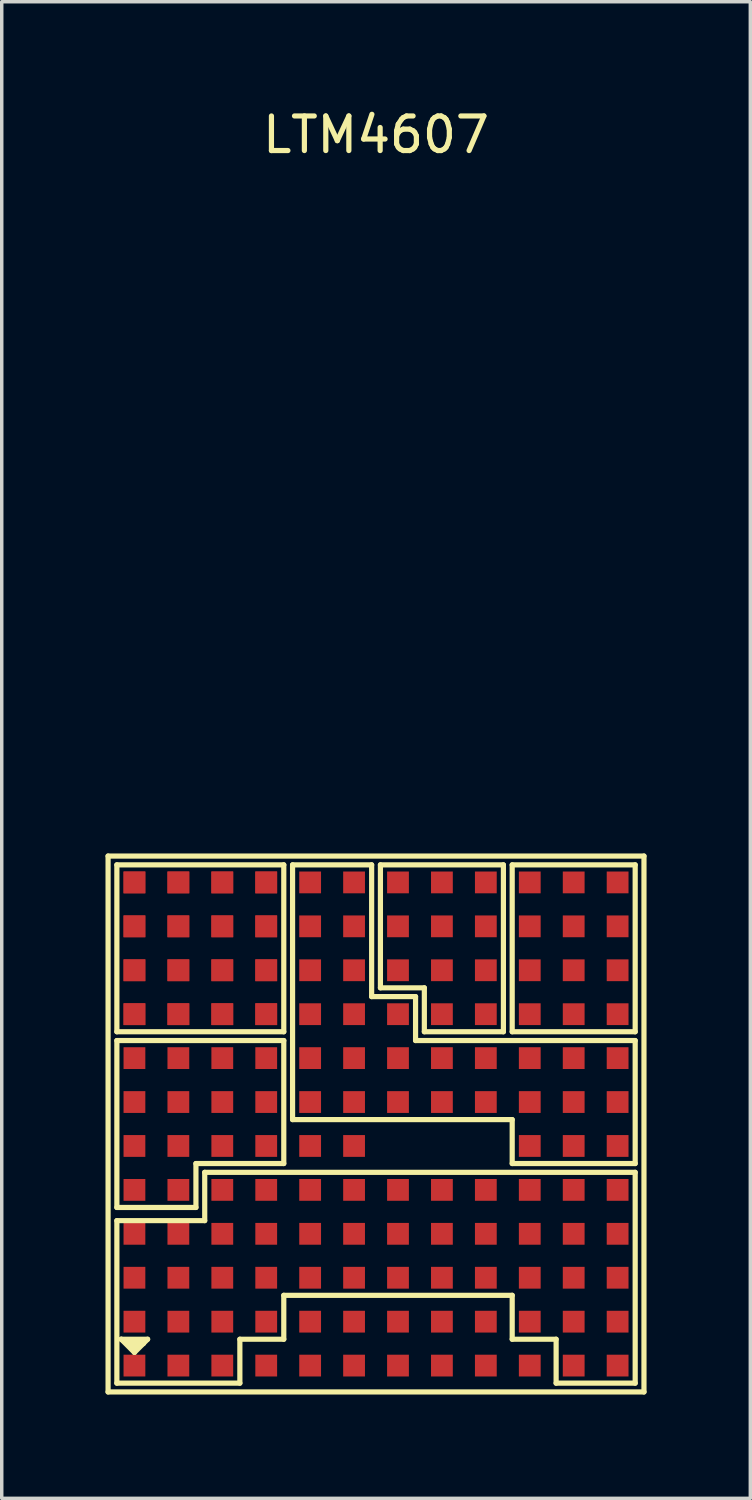
<source format=kicad_pcb>
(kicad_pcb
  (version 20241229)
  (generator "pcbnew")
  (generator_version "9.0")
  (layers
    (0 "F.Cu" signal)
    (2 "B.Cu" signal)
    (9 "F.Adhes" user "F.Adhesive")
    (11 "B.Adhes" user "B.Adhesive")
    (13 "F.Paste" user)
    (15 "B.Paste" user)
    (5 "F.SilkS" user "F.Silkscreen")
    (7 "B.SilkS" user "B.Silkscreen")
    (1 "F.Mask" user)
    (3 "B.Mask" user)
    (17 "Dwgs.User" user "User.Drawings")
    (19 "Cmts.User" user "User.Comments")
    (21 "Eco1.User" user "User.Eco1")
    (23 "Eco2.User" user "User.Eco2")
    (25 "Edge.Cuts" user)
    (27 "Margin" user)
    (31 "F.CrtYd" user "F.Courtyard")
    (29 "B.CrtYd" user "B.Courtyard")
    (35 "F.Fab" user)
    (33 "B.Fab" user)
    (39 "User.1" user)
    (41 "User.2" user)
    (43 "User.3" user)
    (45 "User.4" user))
  (footprint "LTM4607"
    (layer "F.Cu")
    (at 7.822 29.448)
    (property "Reference" "LTM4607" (at 0 -28.6 0) (layer "F.SilkS") (effects (font (size 1 1) (thickness 0.15))))
    (attr through_hole)
    (fp_line (start -7.747 -7.747) (end 7.747 -7.747) (stroke (width 0.15) (type solid)) (layer "F.SilkS"))
    (fp_line (start -7.747 7.747) (end -7.747 -7.747) (stroke (width 0.15) (type solid)) (layer "F.SilkS"))
    (fp_line (start -7.493 -7.493) (end -2.667 -7.493) (stroke (width 0.15) (type solid)) (layer "F.SilkS"))
    (fp_line (start -7.493 -2.667) (end -7.493 -7.493) (stroke (width 0.15) (type solid)) (layer "F.SilkS"))
    (fp_line (start -7.493 -2.413) (end -2.667 -2.413) (stroke (width 0.15) (type solid)) (layer "F.SilkS"))
    (fp_line (start -7.493 2.413) (end -7.493 -2.413) (stroke (width 0.15) (type solid)) (layer "F.SilkS"))
    (fp_line (start -7.493 2.794) (end -4.953 2.794) (stroke (width 0.15) (type solid)) (layer "F.SilkS"))
    (fp_line (start -7.493 7.493) (end -7.493 2.794) (stroke (width 0.15) (type solid)) (layer "F.SilkS"))
    (fp_line (start -7.366 6.223) (end -6.985 6.477) (stroke (width 0.15) (type solid)) (layer "F.SilkS"))
    (fp_line (start -7.366 6.223) (end -6.985 6.604) (stroke (width 0.15) (type solid)) (layer "F.SilkS"))
    (fp_line (start -7.112 6.35) (end -6.731 6.35) (stroke (width 0.15) (type solid)) (layer "F.SilkS"))
    (fp_line (start -6.985 6.477) (end -6.858 6.35) (stroke (width 0.15) (type solid)) (layer "F.SilkS"))
    (fp_line (start -6.985 6.604) (end -6.604 6.223) (stroke (width 0.15) (type solid)) (layer "F.SilkS"))
    (fp_line (start -6.858 6.35) (end -7.112 6.35) (stroke (width 0.15) (type solid)) (layer "F.SilkS"))
    (fp_line (start -6.731 6.35) (end -6.858 6.35) (stroke (width 0.15) (type solid)) (layer "F.SilkS"))
    (fp_line (start -6.604 6.223) (end -7.366 6.223) (stroke (width 0.15) (type solid)) (layer "F.SilkS"))
    (fp_line (start -5.207 1.143) (end -5.207 2.413) (stroke (width 0.15) (type solid)) (layer "F.SilkS"))
    (fp_line (start -5.207 2.413) (end -7.493 2.413) (stroke (width 0.15) (type solid)) (layer "F.SilkS"))
    (fp_line (start -4.953 1.397) (end 7.493 1.397) (stroke (width 0.15) (type solid)) (layer "F.SilkS"))
    (fp_line (start -4.953 2.794) (end -4.953 1.397) (stroke (width 0.15) (type solid)) (layer "F.SilkS"))
    (fp_line (start -3.937 6.223) (end -3.937 7.493) (stroke (width 0.15) (type solid)) (layer "F.SilkS"))
    (fp_line (start -3.937 7.493) (end -7.493 7.493) (stroke (width 0.15) (type solid)) (layer "F.SilkS"))
    (fp_line (start -2.667 -7.493) (end -2.667 -2.667) (stroke (width 0.15) (type solid)) (layer "F.SilkS"))
    (fp_line (start -2.667 -2.667) (end -7.493 -2.667) (stroke (width 0.15) (type solid)) (layer "F.SilkS"))
    (fp_line (start -2.667 -2.413) (end -2.667 1.143) (stroke (width 0.15) (type solid)) (layer "F.SilkS"))
    (fp_line (start -2.667 1.143) (end -5.207 1.143) (stroke (width 0.15) (type solid)) (layer "F.SilkS"))
    (fp_line (start -2.667 4.953) (end -2.667 6.223) (stroke (width 0.15) (type solid)) (layer "F.SilkS"))
    (fp_line (start -2.667 6.223) (end -3.937 6.223) (stroke (width 0.15) (type solid)) (layer "F.SilkS"))
    (fp_line (start -2.413 -7.493) (end -2.413 -0.127) (stroke (width 0.15) (type solid)) (layer "F.SilkS"))
    (fp_line (start -2.413 -0.127) (end 3.937 -0.127) (stroke (width 0.15) (type solid)) (layer "F.SilkS"))
    (fp_line (start -0.127 -7.493) (end -2.413 -7.493) (stroke (width 0.15) (type solid)) (layer "F.SilkS"))
    (fp_line (start -0.127 -3.683) (end -0.127 -7.493) (stroke (width 0.15) (type solid)) (layer "F.SilkS"))
    (fp_line (start 0.127 -7.493) (end 3.683 -7.493) (stroke (width 0.15) (type solid)) (layer "F.SilkS"))
    (fp_line (start 0.127 -3.937) (end 0.127 -7.493) (stroke (width 0.15) (type solid)) (layer "F.SilkS"))
    (fp_line (start 1.143 -3.683) (end -0.127 -3.683) (stroke (width 0.15) (type solid)) (layer "F.SilkS"))
    (fp_line (start 1.143 -2.413) (end 1.143 -3.683) (stroke (width 0.15) (type solid)) (layer "F.SilkS"))
    (fp_line (start 1.397 -3.937) (end 0.127 -3.937) (stroke (width 0.15) (type solid)) (layer "F.SilkS"))
    (fp_line (start 1.397 -2.667) (end 1.397 -3.937) (stroke (width 0.15) (type solid)) (layer "F.SilkS"))
    (fp_line (start 3.683 -7.493) (end 3.683 -2.667) (stroke (width 0.15) (type solid)) (layer "F.SilkS"))
    (fp_line (start 3.683 -2.667) (end 1.397 -2.667) (stroke (width 0.15) (type solid)) (layer "F.SilkS"))
    (fp_line (start 3.937 -7.493) (end 7.493 -7.493) (stroke (width 0.15) (type solid)) (layer "F.SilkS"))
    (fp_line (start 3.937 -2.667) (end 3.937 -7.493) (stroke (width 0.15) (type solid)) (layer "F.SilkS"))
    (fp_line (start 3.937 -0.127) (end 3.937 1.143) (stroke (width 0.15) (type solid)) (layer "F.SilkS"))
    (fp_line (start 3.937 1.143) (end 7.493 1.143) (stroke (width 0.15) (type solid)) (layer "F.SilkS"))
    (fp_line (start 3.937 4.953) (end -2.667 4.953) (stroke (width 0.15) (type solid)) (layer "F.SilkS"))
    (fp_line (start 3.937 6.223) (end 3.937 4.953) (stroke (width 0.15) (type solid)) (layer "F.SilkS"))
    (fp_line (start 5.207 6.223) (end 3.937 6.223) (stroke (width 0.15) (type solid)) (layer "F.SilkS"))
    (fp_line (start 5.207 7.493) (end 5.207 6.223) (stroke (width 0.15) (type solid)) (layer "F.SilkS"))
    (fp_line (start 7.493 -7.493) (end 7.493 -2.667) (stroke (width 0.15) (type solid)) (layer "F.SilkS"))
    (fp_line (start 7.493 -2.667) (end 3.937 -2.667) (stroke (width 0.15) (type solid)) (layer "F.SilkS"))
    (fp_line (start 7.493 -2.413) (end 1.143 -2.413) (stroke (width 0.15) (type solid)) (layer "F.SilkS"))
    (fp_line (start 7.493 1.143) (end 7.493 -2.413) (stroke (width 0.15) (type solid)) (layer "F.SilkS"))
    (fp_line (start 7.493 1.397) (end 7.493 7.493) (stroke (width 0.15) (type solid)) (layer "F.SilkS"))
    (fp_line (start 7.493 7.493) (end 5.207 7.493) (stroke (width 0.15) (type solid)) (layer "F.SilkS"))
    (fp_line (start 7.747 7.747) (end -7.747 7.747) (stroke (width 0.15) (type solid)) (layer "F.SilkS"))
    (fp_line (start 7.747 7.747) (end 7.747 -7.747) (stroke (width 0.15) (type solid)) (layer "F.SilkS"))
    (pad "A4" smd rect (at -3.175 6.985) (size 0.63 0.63) (layers "F.Cu" "F.Mask" "F.Paste"))
    (pad "A5" smd rect (at -1.905 6.985) (size 0.63 0.63) (layers "F.Cu" "F.Mask" "F.Paste"))
    (pad "A6" smd rect (at -0.635 6.985) (size 0.63 0.63) (layers "F.Cu" "F.Mask" "F.Paste"))
    (pad "A7" smd rect (at 0.635 6.985) (size 0.63 0.63) (layers "F.Cu" "F.Mask" "F.Paste"))
    (pad "A8" smd rect (at 1.905 6.985) (size 0.63 0.63) (layers "F.Cu" "F.Mask" "F.Paste"))
    (pad "A9" smd rect (at 3.175 6.985) (size 0.63 0.63) (layers "F.Cu" "F.Mask" "F.Paste"))
    (pad "A10" smd rect (at 4.445 6.985) (size 0.63 0.63) (layers "F.Cu" "F.Mask" "F.Paste"))
    (pad "B5" smd rect (at -1.905 5.715) (size 0.63 0.63) (layers "F.Cu" "F.Mask" "F.Paste"))
    (pad "B6" smd rect (at -0.635 5.715) (size 0.63 0.63) (layers "F.Cu" "F.Mask" "F.Paste"))
    (pad "B7" smd rect (at 0.635 5.715) (size 0.63 0.63) (layers "F.Cu" "F.Mask" "F.Paste"))
    (pad "B8" smd rect (at 1.905 5.715) (size 0.63 0.63) (layers "F.Cu" "F.Mask" "F.Paste"))
    (pad "B9" smd rect (at 3.175 5.715) (size 0.63 0.63) (layers "F.Cu" "F.Mask" "F.Paste"))
    (pad "Bnk1" smd rect (at 4.445 -6.985) (size 0.63 0.63) (layers "F.Cu" "F.Mask" "F.Paste"))
    (pad "Bnk1" smd rect (at 4.445 -5.715) (size 0.63 0.63) (layers "F.Cu" "F.Mask" "F.Paste"))
    (pad "Bnk1" smd rect (at 4.445 -4.445) (size 0.63 0.63) (layers "F.Cu" "F.Mask" "F.Paste"))
    (pad "Bnk1" smd rect (at 4.445 -3.175) (size 0.63 0.63) (layers "F.Cu" "F.Mask" "F.Paste"))
    (pad "Bnk1" smd rect (at 5.715 -6.985) (size 0.63 0.63) (layers "F.Cu" "F.Mask" "F.Paste"))
    (pad "Bnk1" smd rect (at 5.715 -5.715) (size 0.63 0.63) (layers "F.Cu" "F.Mask" "F.Paste"))
    (pad "Bnk1" smd rect (at 5.715 -4.445) (size 0.63 0.63) (layers "F.Cu" "F.Mask" "F.Paste"))
    (pad "Bnk1" smd rect (at 5.715 -3.175) (size 0.63 0.63) (layers "F.Cu" "F.Mask" "F.Paste"))
    (pad "Bnk1" smd rect (at 6.985 -6.985) (size 0.63 0.63) (layers "F.Cu" "F.Mask" "F.Paste"))
    (pad "Bnk1" smd rect (at 6.985 -5.715) (size 0.63 0.63) (layers "F.Cu" "F.Mask" "F.Paste"))
    (pad "Bnk1" smd rect (at 6.985 -4.445) (size 0.63 0.63) (layers "F.Cu" "F.Mask" "F.Paste"))
    (pad "Bnk1" smd rect (at 6.985 -3.175) (size 0.63 0.63) (layers "F.Cu" "F.Mask" "F.Paste"))
    (pad "Bnk2" smd rect (at 0.635 -6.985) (size 0.63 0.63) (layers "F.Cu" "F.Mask" "F.Paste"))
    (pad "Bnk2" smd rect (at 0.635 -5.715) (size 0.63 0.63) (layers "F.Cu" "F.Mask" "F.Paste"))
    (pad "Bnk2" smd rect (at 0.635 -4.445) (size 0.63 0.63) (layers "F.Cu" "F.Mask" "F.Paste"))
    (pad "Bnk2" smd rect (at 1.905 -6.985) (size 0.63 0.63) (layers "F.Cu" "F.Mask" "F.Paste"))
    (pad "Bnk2" smd rect (at 1.905 -5.715) (size 0.63 0.63) (layers "F.Cu" "F.Mask" "F.Paste"))
    (pad "Bnk2" smd rect (at 1.905 -4.445) (size 0.63 0.63) (layers "F.Cu" "F.Mask" "F.Paste"))
    (pad "Bnk2" smd rect (at 1.905 -3.175) (size 0.63 0.63) (layers "F.Cu" "F.Mask" "F.Paste"))
    (pad "Bnk2" smd rect (at 3.175 -6.985) (size 0.63 0.63) (layers "F.Cu" "F.Mask" "F.Paste"))
    (pad "Bnk2" smd rect (at 3.175 -5.715) (size 0.63 0.63) (layers "F.Cu" "F.Mask" "F.Paste"))
    (pad "Bnk2" smd rect (at 3.175 -4.445) (size 0.63 0.63) (layers "F.Cu" "F.Mask" "F.Paste"))
    (pad "Bnk2" smd rect (at 3.175 -3.175) (size 0.63 0.63) (layers "F.Cu" "F.Mask" "F.Paste"))
    (pad "Bnk3" smd rect (at -1.905 -6.985) (size 0.63 0.63) (layers "F.Cu" "F.Mask" "F.Paste"))
    (pad "Bnk3" smd rect (at -1.905 -5.715) (size 0.63 0.63) (layers "F.Cu" "F.Mask" "F.Paste"))
    (pad "Bnk3" smd rect (at -1.905 -4.445) (size 0.63 0.63) (layers "F.Cu" "F.Mask" "F.Paste"))
    (pad "Bnk3" smd rect (at -1.905 -3.175) (size 0.63 0.63) (layers "F.Cu" "F.Mask" "F.Paste"))
    (pad "Bnk3" smd rect (at -1.905 -1.905) (size 0.63 0.63) (layers "F.Cu" "F.Mask" "F.Paste"))
    (pad "Bnk3" smd rect (at -1.905 -0.635) (size 0.63 0.63) (layers "F.Cu" "F.Mask" "F.Paste"))
    (pad "Bnk3" smd rect (at -0.635 -6.985) (size 0.63 0.63) (layers "F.Cu" "F.Mask" "F.Paste"))
    (pad "Bnk3" smd rect (at -0.635 -5.715) (size 0.63 0.63) (layers "F.Cu" "F.Mask" "F.Paste"))
    (pad "Bnk3" smd rect (at -0.635 -4.445) (size 0.63 0.63) (layers "F.Cu" "F.Mask" "F.Paste"))
    (pad "Bnk3" smd rect (at -0.635 -3.175) (size 0.63 0.63) (layers "F.Cu" "F.Mask" "F.Paste"))
    (pad "Bnk3" smd rect (at -0.635 -1.905) (size 0.63 0.63) (layers "F.Cu" "F.Mask" "F.Paste"))
    (pad "Bnk3" smd rect (at -0.635 -0.635) (size 0.63 0.63) (layers "F.Cu" "F.Mask" "F.Paste"))
    (pad "Bnk3" smd rect (at 0.635 -3.175) (size 0.63 0.63) (layers "F.Cu" "F.Mask" "F.Paste"))
    (pad "Bnk3" smd rect (at 0.635 -1.905) (size 0.63 0.63) (layers "F.Cu" "F.Mask" "F.Paste"))
    (pad "Bnk3" smd rect (at 0.635 -0.635) (size 0.63 0.63) (layers "F.Cu" "F.Mask" "F.Paste"))
    (pad "Bnk3" smd rect (at 1.905 -1.905) (size 0.63 0.63) (layers "F.Cu" "F.Mask" "F.Paste"))
    (pad "Bnk3" smd rect (at 1.905 -0.635) (size 0.63 0.63) (layers "F.Cu" "F.Mask" "F.Paste"))
    (pad "Bnk3" smd rect (at 3.175 -1.905) (size 0.63 0.63) (layers "F.Cu" "F.Mask" "F.Paste"))
    (pad "Bnk3" smd rect (at 3.175 -0.635) (size 0.63 0.63) (layers "F.Cu" "F.Mask" "F.Paste"))
    (pad "Bnk3" smd rect (at 4.445 -1.905) (size 0.63 0.63) (layers "F.Cu" "F.Mask" "F.Paste"))
    (pad "Bnk3" smd rect (at 4.445 -0.635) (size 0.63 0.63) (layers "F.Cu" "F.Mask" "F.Paste"))
    (pad "Bnk3" smd rect (at 4.445 0.635) (size 0.63 0.63) (layers "F.Cu" "F.Mask" "F.Paste"))
    (pad "Bnk3" smd rect (at 5.715 -1.905) (size 0.63 0.63) (layers "F.Cu" "F.Mask" "F.Paste"))
    (pad "Bnk3" smd rect (at 5.715 -0.635) (size 0.63 0.63) (layers "F.Cu" "F.Mask" "F.Paste"))
    (pad "Bnk3" smd rect (at 5.715 0.635) (size 0.63 0.63) (layers "F.Cu" "F.Mask" "F.Paste"))
    (pad "Bnk3" smd rect (at 6.985 -1.905) (size 0.63 0.63) (layers "F.Cu" "F.Mask" "F.Paste"))
    (pad "Bnk3" smd rect (at 6.985 -0.635) (size 0.63 0.63) (layers "F.Cu" "F.Mask" "F.Paste"))
    (pad "Bnk3" smd rect (at 6.985 0.635) (size 0.63 0.63) (layers "F.Cu" "F.Mask" "F.Paste"))
    (pad "Bnk4" smd rect (at -6.985 -6.985) (size 0.63 0.63) (layers "F.Cu" "F.Mask" "F.Paste"))
    (pad "Bnk4" smd rect (at -6.985 -6.985) (size 0.63 0.63) (layers "F.Cu" "F.Mask" "F.Paste"))
    (pad "Bnk4" smd rect (at -6.985 -5.715) (size 0.63 0.63) (layers "F.Cu" "F.Mask" "F.Paste"))
    (pad "Bnk4" smd rect (at -6.985 -5.715) (size 0.63 0.63) (layers "F.Cu" "F.Mask" "F.Paste"))
    (pad "Bnk4" smd rect (at -6.985 -4.445) (size 0.63 0.63) (layers "F.Cu" "F.Mask" "F.Paste"))
    (pad "Bnk4" smd rect (at -6.985 -4.445) (size 0.63 0.63) (layers "F.Cu" "F.Mask" "F.Paste"))
    (pad "Bnk4" smd rect (at -6.985 -3.175) (size 0.63 0.63) (layers "F.Cu" "F.Mask" "F.Paste"))
    (pad "Bnk4" smd rect (at -6.985 -3.175) (size 0.63 0.63) (layers "F.Cu" "F.Mask" "F.Paste"))
    (pad "Bnk4" smd rect (at -5.715 -6.985) (size 0.63 0.63) (layers "F.Cu" "F.Mask" "F.Paste"))
    (pad "Bnk4" smd rect (at -5.715 -6.985) (size 0.63 0.63) (layers "F.Cu" "F.Mask" "F.Paste"))
    (pad "Bnk4" smd rect (at -5.715 -5.715) (size 0.63 0.63) (layers "F.Cu" "F.Mask" "F.Paste"))
    (pad "Bnk4" smd rect (at -5.715 -5.715) (size 0.63 0.63) (layers "F.Cu" "F.Mask" "F.Paste"))
    (pad "Bnk4" smd rect (at -5.715 -4.445) (size 0.63 0.63) (layers "F.Cu" "F.Mask" "F.Paste"))
    (pad "Bnk4" smd rect (at -5.715 -4.445) (size 0.63 0.63) (layers "F.Cu" "F.Mask" "F.Paste"))
    (pad "Bnk4" smd rect (at -5.715 -3.175) (size 0.63 0.63) (layers "F.Cu" "F.Mask" "F.Paste"))
    (pad "Bnk4" smd rect (at -5.715 -3.175) (size 0.63 0.63) (layers "F.Cu" "F.Mask" "F.Paste"))
    (pad "Bnk4" smd rect (at -4.445 -6.985) (size 0.63 0.63) (layers "F.Cu" "F.Mask" "F.Paste"))
    (pad "Bnk4" smd rect (at -4.445 -6.985) (size 0.63 0.63) (layers "F.Cu" "F.Mask" "F.Paste"))
    (pad "Bnk4" smd rect (at -4.445 -5.715) (size 0.63 0.63) (layers "F.Cu" "F.Mask" "F.Paste"))
    (pad "Bnk4" smd rect (at -4.445 -5.715) (size 0.63 0.63) (layers "F.Cu" "F.Mask" "F.Paste"))
    (pad "Bnk4" smd rect (at -4.445 -4.445) (size 0.63 0.63) (layers "F.Cu" "F.Mask" "F.Paste"))
    (pad "Bnk4" smd rect (at -4.445 -4.445) (size 0.63 0.63) (layers "F.Cu" "F.Mask" "F.Paste"))
    (pad "Bnk4" smd rect (at -4.445 -3.175) (size 0.63 0.63) (layers "F.Cu" "F.Mask" "F.Paste"))
    (pad "Bnk4" smd rect (at -4.445 -3.175) (size 0.63 0.63) (layers "F.Cu" "F.Mask" "F.Paste"))
    (pad "Bnk4" smd rect (at -3.175 -6.985) (size 0.63 0.63) (layers "F.Cu" "F.Mask" "F.Paste"))
    (pad "Bnk4" smd rect (at -3.175 -6.985) (size 0.63 0.63) (layers "F.Cu" "F.Mask" "F.Paste"))
    (pad "Bnk4" smd rect (at -3.175 -5.715) (size 0.63 0.63) (layers "F.Cu" "F.Mask" "F.Paste"))
    (pad "Bnk4" smd rect (at -3.175 -5.715) (size 0.63 0.63) (layers "F.Cu" "F.Mask" "F.Paste"))
    (pad "Bnk4" smd rect (at -3.175 -4.445) (size 0.63 0.63) (layers "F.Cu" "F.Mask" "F.Paste"))
    (pad "Bnk4" smd rect (at -3.175 -4.445) (size 0.63 0.63) (layers "F.Cu" "F.Mask" "F.Paste"))
    (pad "Bnk4" smd rect (at -3.175 -3.175) (size 0.63 0.63) (layers "F.Cu" "F.Mask" "F.Paste"))
    (pad "Bnk4" smd rect (at -3.175 -3.175) (size 0.63 0.63) (layers "F.Cu" "F.Mask" "F.Paste"))
    (pad "Bnk5" smd rect (at -6.985 -1.905) (size 0.63 0.63) (layers "F.Cu" "F.Mask" "F.Paste"))
    (pad "Bnk5" smd rect (at -6.985 -0.635) (size 0.63 0.63) (layers "F.Cu" "F.Mask" "F.Paste"))
    (pad "Bnk5" smd rect (at -6.985 0.635) (size 0.63 0.63) (layers "F.Cu" "F.Mask" "F.Paste"))
    (pad "Bnk5" smd rect (at -6.985 1.905) (size 0.63 0.63) (layers "F.Cu" "F.Mask" "F.Paste"))
    (pad "Bnk5" smd rect (at -5.715 -1.905) (size 0.63 0.63) (layers "F.Cu" "F.Mask" "F.Paste"))
    (pad "Bnk5" smd rect (at -5.715 -0.635) (size 0.63 0.63) (layers "F.Cu" "F.Mask" "F.Paste"))
    (pad "Bnk5" smd rect (at -5.715 0.635) (size 0.63 0.63) (layers "F.Cu" "F.Mask" "F.Paste"))
    (pad "Bnk5" smd rect (at -5.715 1.905) (size 0.63 0.63) (layers "F.Cu" "F.Mask" "F.Paste"))
    (pad "Bnk5" smd rect (at -4.445 -1.905) (size 0.63 0.63) (layers "F.Cu" "F.Mask" "F.Paste"))
    (pad "Bnk5" smd rect (at -4.445 -0.635) (size 0.63 0.63) (layers "F.Cu" "F.Mask" "F.Paste"))
    (pad "Bnk5" smd rect (at -4.445 0.635) (size 0.63 0.63) (layers "F.Cu" "F.Mask" "F.Paste"))
    (pad "Bnk5" smd rect (at -3.175 -1.905) (size 0.63 0.63) (layers "F.Cu" "F.Mask" "F.Paste"))
    (pad "Bnk5" smd rect (at -3.175 -0.635) (size 0.63 0.63) (layers "F.Cu" "F.Mask" "F.Paste"))
    (pad "Bnk5" smd rect (at -3.175 0.635) (size 0.63 0.63) (layers "F.Cu" "F.Mask" "F.Paste"))
    (pad "Bnk6" smd rect (at -6.985 3.175) (size 0.63 0.63) (layers "F.Cu" "F.Mask" "F.Paste"))
    (pad "Bnk6" smd rect (at -6.985 4.445) (size 0.63 0.63) (layers "F.Cu" "F.Mask" "F.Paste"))
    (pad "Bnk6" smd rect (at -6.985 5.715) (size 0.63 0.63) (layers "F.Cu" "F.Mask" "F.Paste"))
    (pad "Bnk6" smd rect (at -6.985 6.985) (size 0.63 0.63) (layers "F.Cu" "F.Mask" "F.Paste"))
    (pad "Bnk6" smd rect (at -5.715 3.175) (size 0.63 0.63) (layers "F.Cu" "F.Mask" "F.Paste"))
    (pad "Bnk6" smd rect (at -5.715 4.445) (size 0.63 0.63) (layers "F.Cu" "F.Mask" "F.Paste"))
    (pad "Bnk6" smd rect (at -5.715 5.715) (size 0.63 0.63) (layers "F.Cu" "F.Mask" "F.Paste"))
    (pad "Bnk6" smd rect (at -5.715 6.985) (size 0.63 0.63) (layers "F.Cu" "F.Mask" "F.Paste"))
    (pad "Bnk6" smd rect (at -4.445 1.905) (size 0.63 0.63) (layers "F.Cu" "F.Mask" "F.Paste"))
    (pad "Bnk6" smd rect (at -4.445 3.175) (size 0.63 0.63) (layers "F.Cu" "F.Mask" "F.Paste"))
    (pad "Bnk6" smd rect (at -4.445 4.445) (size 0.63 0.63) (layers "F.Cu" "F.Mask" "F.Paste"))
    (pad "Bnk6" smd rect (at -4.445 5.715) (size 0.63 0.63) (layers "F.Cu" "F.Mask" "F.Paste"))
    (pad "Bnk6" smd rect (at -4.445 6.985) (size 0.63 0.63) (layers "F.Cu" "F.Mask" "F.Paste"))
    (pad "Bnk6" smd rect (at -3.175 1.905) (size 0.63 0.63) (layers "F.Cu" "F.Mask" "F.Paste"))
    (pad "Bnk6" smd rect (at -3.175 3.175) (size 0.63 0.63) (layers "F.Cu" "F.Mask" "F.Paste"))
    (pad "Bnk6" smd rect (at -3.175 4.445) (size 0.63 0.63) (layers "F.Cu" "F.Mask" "F.Paste"))
    (pad "Bnk6" smd rect (at -3.175 5.715) (size 0.63 0.63) (layers "F.Cu" "F.Mask" "F.Paste"))
    (pad "Bnk6" smd rect (at -1.905 1.905) (size 0.63 0.63) (layers "F.Cu" "F.Mask" "F.Paste"))
    (pad "Bnk6" smd rect (at -1.905 3.175) (size 0.63 0.63) (layers "F.Cu" "F.Mask" "F.Paste"))
    (pad "Bnk6" smd rect (at -1.905 4.445) (size 0.63 0.63) (layers "F.Cu" "F.Mask" "F.Paste"))
    (pad "Bnk6" smd rect (at -0.635 1.905) (size 0.63 0.63) (layers "F.Cu" "F.Mask" "F.Paste"))
    (pad "Bnk6" smd rect (at -0.635 3.175) (size 0.63 0.63) (layers "F.Cu" "F.Mask" "F.Paste"))
    (pad "Bnk6" smd rect (at -0.635 4.445) (size 0.63 0.63) (layers "F.Cu" "F.Mask" "F.Paste"))
    (pad "Bnk6" smd rect (at 0.635 1.905) (size 0.63 0.63) (layers "F.Cu" "F.Mask" "F.Paste"))
    (pad "Bnk6" smd rect (at 0.635 3.175) (size 0.63 0.63) (layers "F.Cu" "F.Mask" "F.Paste"))
    (pad "Bnk6" smd rect (at 0.635 4.445) (size 0.63 0.63) (layers "F.Cu" "F.Mask" "F.Paste"))
    (pad "Bnk6" smd rect (at 1.905 1.905) (size 0.63 0.63) (layers "F.Cu" "F.Mask" "F.Paste"))
    (pad "Bnk6" smd rect (at 1.905 3.175) (size 0.63 0.63) (layers "F.Cu" "F.Mask" "F.Paste"))
    (pad "Bnk6" smd rect (at 1.905 4.445) (size 0.63 0.63) (layers "F.Cu" "F.Mask" "F.Paste"))
    (pad "Bnk6" smd rect (at 3.175 1.905) (size 0.63 0.63) (layers "F.Cu" "F.Mask" "F.Paste"))
    (pad "Bnk6" smd rect (at 3.175 3.175) (size 0.63 0.63) (layers "F.Cu" "F.Mask" "F.Paste"))
    (pad "Bnk6" smd rect (at 3.175 4.445) (size 0.63 0.63) (layers "F.Cu" "F.Mask" "F.Paste"))
    (pad "Bnk6" smd rect (at 4.445 1.905) (size 0.63 0.63) (layers "F.Cu" "F.Mask" "F.Paste"))
    (pad "Bnk6" smd rect (at 4.445 3.175) (size 0.63 0.63) (layers "F.Cu" "F.Mask" "F.Paste"))
    (pad "Bnk6" smd rect (at 4.445 4.445) (size 0.63 0.63) (layers "F.Cu" "F.Mask" "F.Paste"))
    (pad "Bnk6" smd rect (at 4.445 5.715) (size 0.63 0.63) (layers "F.Cu" "F.Mask" "F.Paste"))
    (pad "Bnk6" smd rect (at 5.715 1.905) (size 0.63 0.63) (layers "F.Cu" "F.Mask" "F.Paste"))
    (pad "Bnk6" smd rect (at 5.715 3.175) (size 0.63 0.63) (layers "F.Cu" "F.Mask" "F.Paste"))
    (pad "Bnk6" smd rect (at 5.715 4.445) (size 0.63 0.63) (layers "F.Cu" "F.Mask" "F.Paste"))
    (pad "Bnk6" smd rect (at 5.715 5.715) (size 0.63 0.63) (layers "F.Cu" "F.Mask" "F.Paste"))
    (pad "Bnk6" smd rect (at 5.715 6.985) (size 0.63 0.63) (layers "F.Cu" "F.Mask" "F.Paste"))
    (pad "Bnk6" smd rect (at 6.985 1.905) (size 0.63 0.63) (layers "F.Cu" "F.Mask" "F.Paste"))
    (pad "Bnk6" smd rect (at 6.985 3.175) (size 0.63 0.63) (layers "F.Cu" "F.Mask" "F.Paste"))
    (pad "Bnk6" smd rect (at 6.985 4.445) (size 0.63 0.63) (layers "F.Cu" "F.Mask" "F.Paste"))
    (pad "Bnk6" smd rect (at 6.985 5.715) (size 0.63 0.63) (layers "F.Cu" "F.Mask" "F.Paste"))
    (pad "Bnk6" smd rect (at 6.985 6.985) (size 0.63 0.63) (layers "F.Cu" "F.Mask" "F.Paste"))
    (pad "F5" smd rect (at -1.905 0.635) (size 0.63 0.63) (layers "F.Cu" "F.Mask" "F.Paste"))
    (pad "F6" smd rect (at -0.635 0.635) (size 0.63 0.63) (layers "F.Cu" "F.Mask" "F.Paste")))
  (gr_rect
    (start -3 -3)
    (end 18.644 40.27)
    (stroke (width 0.1) (type default))
    (fill no)
    (layer "Edge.Cuts")))
</source>
